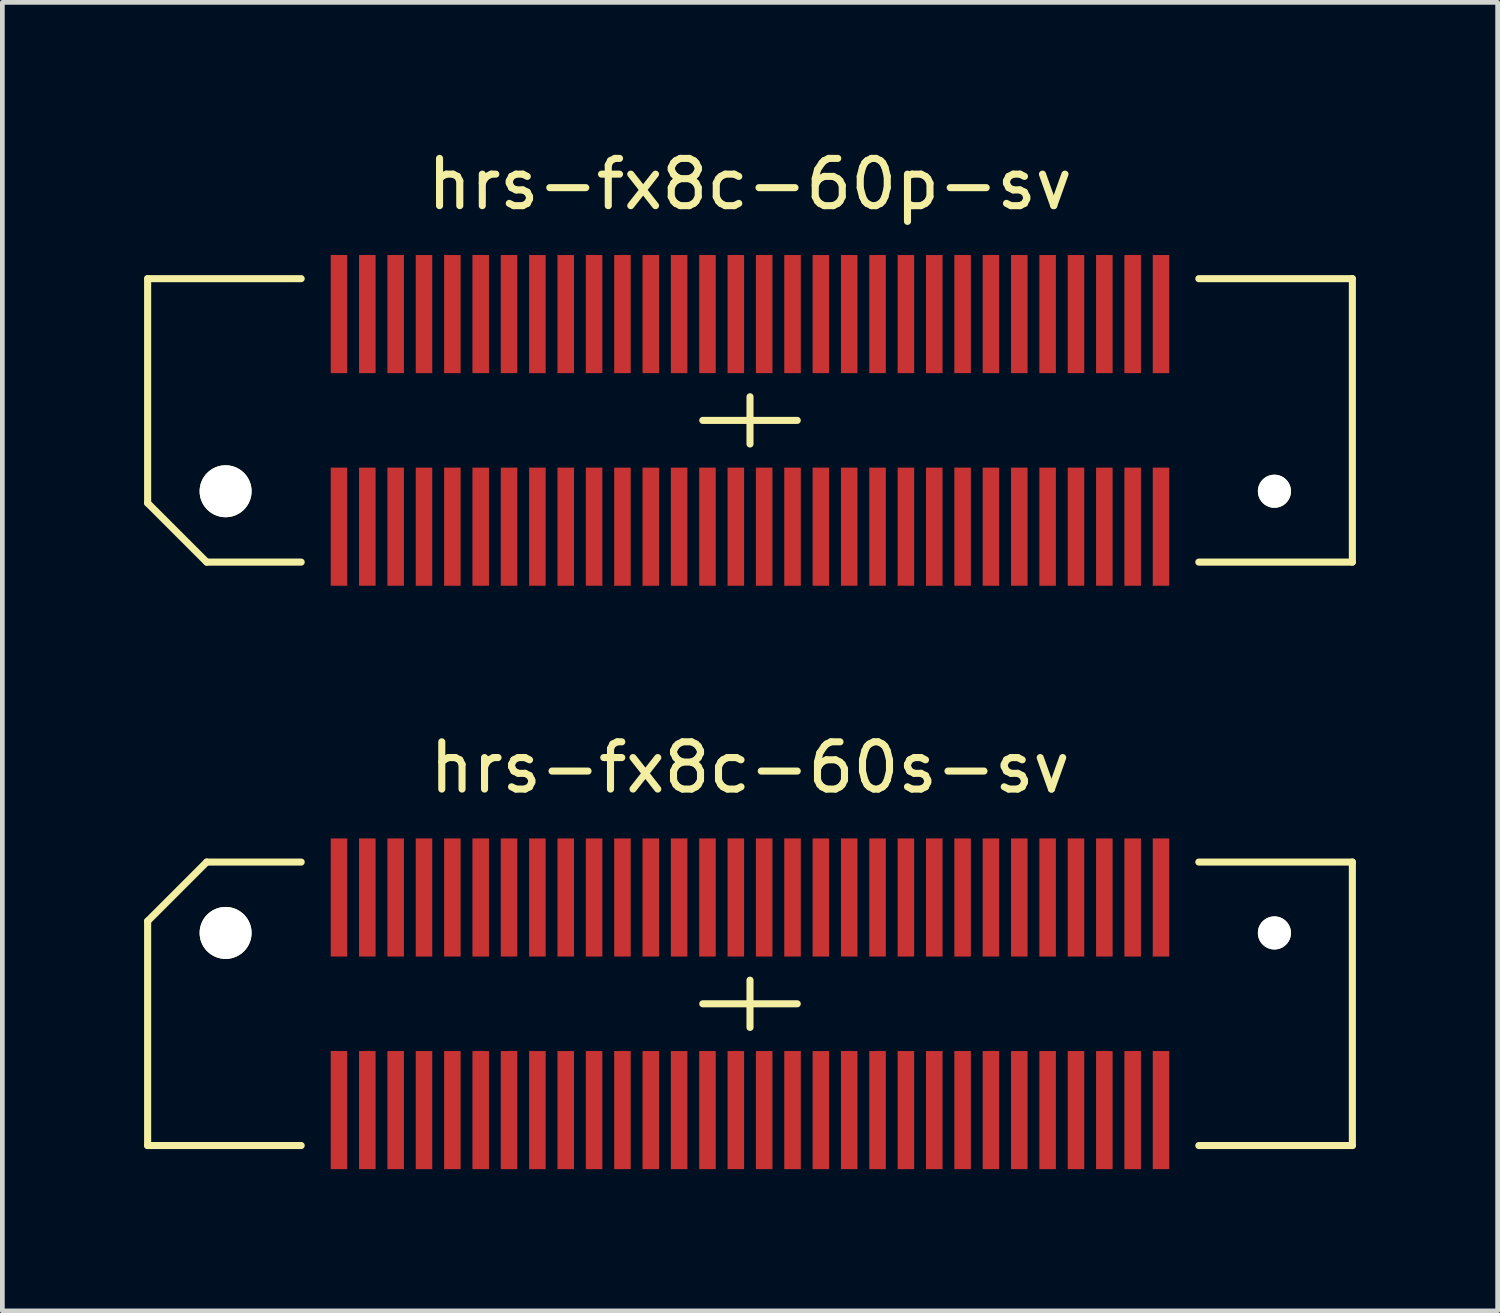
<source format=kicad_pcb>
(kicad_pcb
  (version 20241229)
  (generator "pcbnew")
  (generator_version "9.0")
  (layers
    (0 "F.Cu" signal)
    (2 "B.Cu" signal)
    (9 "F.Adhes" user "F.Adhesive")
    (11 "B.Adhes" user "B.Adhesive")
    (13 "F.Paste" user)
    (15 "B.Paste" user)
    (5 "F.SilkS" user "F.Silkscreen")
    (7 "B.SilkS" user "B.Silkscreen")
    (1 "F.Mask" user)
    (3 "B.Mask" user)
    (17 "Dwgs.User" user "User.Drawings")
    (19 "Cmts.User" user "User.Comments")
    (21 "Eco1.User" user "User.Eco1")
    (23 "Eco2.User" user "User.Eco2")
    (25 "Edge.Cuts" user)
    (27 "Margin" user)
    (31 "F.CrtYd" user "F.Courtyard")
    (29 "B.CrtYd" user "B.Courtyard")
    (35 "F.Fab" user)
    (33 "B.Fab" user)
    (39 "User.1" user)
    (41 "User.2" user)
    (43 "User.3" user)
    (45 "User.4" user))
  (footprint "hrs-fx8c-60s-sv"
    (layer "F.Cu")
    (at 12.825 18.197)
    (property "Reference" "hrs-fx8c-60s-sv" (at 0 -5 0) (layer "F.SilkS") (effects (font (size 1 1) (thickness 0.15))))
    (attr through_hole)
    (fp_line (start -12.75 -1.75) (end -12.75 3) (stroke (width 0.15) (type solid)) (layer "F.SilkS"))
    (fp_line (start -11.5 -3) (end -12.75 -1.75) (stroke (width 0.15) (type solid)) (layer "F.SilkS"))
    (fp_line (start -11.5 -3) (end -9.5 -3) (stroke (width 0.15) (type solid)) (layer "F.SilkS"))
    (fp_line (start -9.5 3) (end -12.75 3) (stroke (width 0.15) (type solid)) (layer "F.SilkS"))
    (fp_line (start 0 0) (end -1 0) (stroke (width 0.15) (type solid)) (layer "F.SilkS"))
    (fp_line (start 0 0) (end 0 -0.5) (stroke (width 0.15) (type solid)) (layer "F.SilkS"))
    (fp_line (start 0 0) (end 0 0.5) (stroke (width 0.15) (type solid)) (layer "F.SilkS"))
    (fp_line (start 0 0) (end 1 0) (stroke (width 0.15) (type solid)) (layer "F.SilkS"))
    (fp_line (start 9.5 -3) (end 12.75 -3) (stroke (width 0.15) (type solid)) (layer "F.SilkS"))
    (fp_line (start 12.75 -3) (end 12.75 3) (stroke (width 0.15) (type solid)) (layer "F.SilkS"))
    (fp_line (start 12.75 3) (end 9.5 3) (stroke (width 0.15) (type solid)) (layer "F.SilkS"))
    (pad "" np_thru_hole circle (at -11.1 -1.5) (size 1.1 1.1) (drill 1.1) (layers "*.Cu" "*.Mask" "F.SilkS"))
    (pad "" np_thru_hole circle (at 11.1 -1.5) (size 0.7 0.7) (drill 0.7) (layers "*.Cu" "*.Mask" "F.SilkS"))
    (pad "1" smd rect (at -8.7 -2.25) (size 0.35 2.5) (layers "F.Cu" "F.Mask" "F.Paste"))
    (pad "2" smd rect (at -8.1 -2.25) (size 0.35 2.5) (layers "F.Cu" "F.Mask" "F.Paste"))
    (pad "3" smd rect (at -7.5 -2.25) (size 0.35 2.5) (layers "F.Cu" "F.Mask" "F.Paste"))
    (pad "4" smd rect (at -6.9 -2.25) (size 0.35 2.5) (layers "F.Cu" "F.Mask" "F.Paste"))
    (pad "5" smd rect (at -6.3 -2.25) (size 0.35 2.5) (layers "F.Cu" "F.Mask" "F.Paste"))
    (pad "6" smd rect (at -5.7 -2.25) (size 0.35 2.5) (layers "F.Cu" "F.Mask" "F.Paste"))
    (pad "7" smd rect (at -5.1 -2.25) (size 0.35 2.5) (layers "F.Cu" "F.Mask" "F.Paste"))
    (pad "8" smd rect (at -4.5 -2.25) (size 0.35 2.5) (layers "F.Cu" "F.Mask" "F.Paste"))
    (pad "9" smd rect (at -3.9 -2.25) (size 0.35 2.5) (layers "F.Cu" "F.Mask" "F.Paste"))
    (pad "10" smd rect (at -3.3 -2.25) (size 0.35 2.5) (layers "F.Cu" "F.Mask" "F.Paste"))
    (pad "11" smd rect (at -2.7 -2.25) (size 0.35 2.5) (layers "F.Cu" "F.Mask" "F.Paste"))
    (pad "12" smd rect (at -2.1 -2.25) (size 0.35 2.5) (layers "F.Cu" "F.Mask" "F.Paste"))
    (pad "13" smd rect (at -1.5 -2.25) (size 0.35 2.5) (layers "F.Cu" "F.Mask" "F.Paste"))
    (pad "14" smd rect (at -0.9 -2.25) (size 0.35 2.5) (layers "F.Cu" "F.Mask" "F.Paste"))
    (pad "15" smd rect (at -0.3 -2.25) (size 0.35 2.5) (layers "F.Cu" "F.Mask" "F.Paste"))
    (pad "16" smd rect (at 0.3 -2.25) (size 0.35 2.5) (layers "F.Cu" "F.Mask" "F.Paste"))
    (pad "17" smd rect (at 0.9 -2.25) (size 0.35 2.5) (layers "F.Cu" "F.Mask" "F.Paste"))
    (pad "18" smd rect (at 1.5 -2.25) (size 0.35 2.5) (layers "F.Cu" "F.Mask" "F.Paste"))
    (pad "19" smd rect (at 2.1 -2.25) (size 0.35 2.5) (layers "F.Cu" "F.Mask" "F.Paste"))
    (pad "20" smd rect (at 2.7 -2.25) (size 0.35 2.5) (layers "F.Cu" "F.Mask" "F.Paste"))
    (pad "21" smd rect (at 3.3 -2.25) (size 0.35 2.5) (layers "F.Cu" "F.Mask" "F.Paste"))
    (pad "22" smd rect (at 3.9 -2.25) (size 0.35 2.5) (layers "F.Cu" "F.Mask" "F.Paste"))
    (pad "23" smd rect (at 4.5 -2.25) (size 0.35 2.5) (layers "F.Cu" "F.Mask" "F.Paste"))
    (pad "24" smd rect (at 5.1 -2.25) (size 0.35 2.5) (layers "F.Cu" "F.Mask" "F.Paste"))
    (pad "25" smd rect (at 5.7 -2.25) (size 0.35 2.5) (layers "F.Cu" "F.Mask" "F.Paste"))
    (pad "26" smd rect (at 6.3 -2.25) (size 0.35 2.5) (layers "F.Cu" "F.Mask" "F.Paste"))
    (pad "27" smd rect (at 6.9 -2.25) (size 0.35 2.5) (layers "F.Cu" "F.Mask" "F.Paste"))
    (pad "28" smd rect (at 7.5 -2.25) (size 0.35 2.5) (layers "F.Cu" "F.Mask" "F.Paste"))
    (pad "29" smd rect (at 8.1 -2.25) (size 0.35 2.5) (layers "F.Cu" "F.Mask" "F.Paste"))
    (pad "30" smd rect (at 8.7 -2.25) (size 0.35 2.5) (layers "F.Cu" "F.Mask" "F.Paste"))
    (pad "31" smd rect (at 8.7 2.25) (size 0.35 2.5) (layers "F.Cu" "F.Mask" "F.Paste"))
    (pad "32" smd rect (at 8.1 2.25) (size 0.35 2.5) (layers "F.Cu" "F.Mask" "F.Paste"))
    (pad "33" smd rect (at 7.5 2.25) (size 0.35 2.5) (layers "F.Cu" "F.Mask" "F.Paste"))
    (pad "34" smd rect (at 6.9 2.25) (size 0.35 2.5) (layers "F.Cu" "F.Mask" "F.Paste"))
    (pad "35" smd rect (at 6.3 2.25) (size 0.35 2.5) (layers "F.Cu" "F.Mask" "F.Paste"))
    (pad "36" smd rect (at 5.7 2.25) (size 0.35 2.5) (layers "F.Cu" "F.Mask" "F.Paste"))
    (pad "37" smd rect (at 5.1 2.25) (size 0.35 2.5) (layers "F.Cu" "F.Mask" "F.Paste"))
    (pad "38" smd rect (at 4.5 2.25) (size 0.35 2.5) (layers "F.Cu" "F.Mask" "F.Paste"))
    (pad "39" smd rect (at 3.9 2.25) (size 0.35 2.5) (layers "F.Cu" "F.Mask" "F.Paste"))
    (pad "40" smd rect (at 3.3 2.25) (size 0.35 2.5) (layers "F.Cu" "F.Mask" "F.Paste"))
    (pad "41" smd rect (at 2.7 2.25) (size 0.35 2.5) (layers "F.Cu" "F.Mask" "F.Paste"))
    (pad "42" smd rect (at 2.1 2.25) (size 0.35 2.5) (layers "F.Cu" "F.Mask" "F.Paste"))
    (pad "43" smd rect (at 1.5 2.25) (size 0.35 2.5) (layers "F.Cu" "F.Mask" "F.Paste"))
    (pad "44" smd rect (at 0.9 2.25) (size 0.35 2.5) (layers "F.Cu" "F.Mask" "F.Paste"))
    (pad "45" smd rect (at 0.3 2.25) (size 0.35 2.5) (layers "F.Cu" "F.Mask" "F.Paste"))
    (pad "46" smd rect (at -0.3 2.25) (size 0.35 2.5) (layers "F.Cu" "F.Mask" "F.Paste"))
    (pad "47" smd rect (at -0.9 2.25) (size 0.35 2.5) (layers "F.Cu" "F.Mask" "F.Paste"))
    (pad "48" smd rect (at -1.5 2.25) (size 0.35 2.5) (layers "F.Cu" "F.Mask" "F.Paste"))
    (pad "49" smd rect (at -2.1 2.25) (size 0.35 2.5) (layers "F.Cu" "F.Mask" "F.Paste"))
    (pad "50" smd rect (at -2.7 2.25) (size 0.35 2.5) (layers "F.Cu" "F.Mask" "F.Paste"))
    (pad "51" smd rect (at -3.3 2.25) (size 0.35 2.5) (layers "F.Cu" "F.Mask" "F.Paste"))
    (pad "52" smd rect (at -3.9 2.25) (size 0.35 2.5) (layers "F.Cu" "F.Mask" "F.Paste"))
    (pad "53" smd rect (at -4.5 2.25) (size 0.35 2.5) (layers "F.Cu" "F.Mask" "F.Paste"))
    (pad "54" smd rect (at -5.1 2.25) (size 0.35 2.5) (layers "F.Cu" "F.Mask" "F.Paste"))
    (pad "55" smd rect (at -5.7 2.25) (size 0.35 2.5) (layers "F.Cu" "F.Mask" "F.Paste"))
    (pad "56" smd rect (at -6.3 2.25) (size 0.35 2.5) (layers "F.Cu" "F.Mask" "F.Paste"))
    (pad "57" smd rect (at -6.9 2.25) (size 0.35 2.5) (layers "F.Cu" "F.Mask" "F.Paste"))
    (pad "58" smd rect (at -7.5 2.25) (size 0.35 2.5) (layers "F.Cu" "F.Mask" "F.Paste"))
    (pad "59" smd rect (at -8.1 2.25) (size 0.35 2.5) (layers "F.Cu" "F.Mask" "F.Paste"))
    (pad "60" smd rect (at -8.7 2.25) (size 0.35 2.5) (layers "F.Cu" "F.Mask" "F.Paste")))
  (footprint "hrs-fx8c-60p-sv"
    (layer "F.Cu")
    (at 12.825 5.848)
    (property "Reference" "hrs-fx8c-60p-sv" (at 0 -5 0) (layer "F.SilkS") (effects (font (size 1 1) (thickness 0.15))))
    (attr through_hole)
    (fp_line (start -12.75 -3) (end -12.75 1.75) (stroke (width 0.15) (type solid)) (layer "F.SilkS"))
    (fp_line (start -11.5 3) (end -12.75 1.75) (stroke (width 0.15) (type solid)) (layer "F.SilkS"))
    (fp_line (start -11.5 3) (end -9.5 3) (stroke (width 0.15) (type solid)) (layer "F.SilkS"))
    (fp_line (start -9.5 -3) (end -12.75 -3) (stroke (width 0.15) (type solid)) (layer "F.SilkS"))
    (fp_line (start 0 0) (end -1 0) (stroke (width 0.15) (type solid)) (layer "F.SilkS"))
    (fp_line (start 0 0) (end 0 -0.5) (stroke (width 0.15) (type solid)) (layer "F.SilkS"))
    (fp_line (start 0 0) (end 0 0.5) (stroke (width 0.15) (type solid)) (layer "F.SilkS"))
    (fp_line (start 0 0) (end 1 0) (stroke (width 0.15) (type solid)) (layer "F.SilkS"))
    (fp_line (start 9.5 -3) (end 12.75 -3) (stroke (width 0.15) (type solid)) (layer "F.SilkS"))
    (fp_line (start 12.75 -3) (end 12.75 3) (stroke (width 0.15) (type solid)) (layer "F.SilkS"))
    (fp_line (start 12.75 3) (end 9.5 3) (stroke (width 0.15) (type solid)) (layer "F.SilkS"))
    (pad "" np_thru_hole circle (at -11.1 1.5) (size 1.1 1.1) (drill 1.1) (layers "*.Cu" "*.Mask" "F.SilkS"))
    (pad "" np_thru_hole circle (at 11.1 1.5) (size 0.7 0.7) (drill 0.7) (layers "*.Cu" "*.Mask" "F.SilkS"))
    (pad "1" smd rect (at -8.7 2.25) (size 0.35 2.5) (layers "F.Cu" "F.Mask" "F.Paste"))
    (pad "2" smd rect (at -8.1 2.25) (size 0.35 2.5) (layers "F.Cu" "F.Mask" "F.Paste"))
    (pad "3" smd rect (at -7.5 2.25) (size 0.35 2.5) (layers "F.Cu" "F.Mask" "F.Paste"))
    (pad "4" smd rect (at -6.9 2.25) (size 0.35 2.5) (layers "F.Cu" "F.Mask" "F.Paste"))
    (pad "5" smd rect (at -6.3 2.25) (size 0.35 2.5) (layers "F.Cu" "F.Mask" "F.Paste"))
    (pad "6" smd rect (at -5.7 2.25) (size 0.35 2.5) (layers "F.Cu" "F.Mask" "F.Paste"))
    (pad "7" smd rect (at -5.1 2.25) (size 0.35 2.5) (layers "F.Cu" "F.Mask" "F.Paste"))
    (pad "8" smd rect (at -4.5 2.25) (size 0.35 2.5) (layers "F.Cu" "F.Mask" "F.Paste"))
    (pad "9" smd rect (at -3.9 2.25) (size 0.35 2.5) (layers "F.Cu" "F.Mask" "F.Paste"))
    (pad "10" smd rect (at -3.3 2.25) (size 0.35 2.5) (layers "F.Cu" "F.Mask" "F.Paste"))
    (pad "11" smd rect (at -2.7 2.25) (size 0.35 2.5) (layers "F.Cu" "F.Mask" "F.Paste"))
    (pad "12" smd rect (at -2.1 2.25) (size 0.35 2.5) (layers "F.Cu" "F.Mask" "F.Paste"))
    (pad "13" smd rect (at -1.5 2.25) (size 0.35 2.5) (layers "F.Cu" "F.Mask" "F.Paste"))
    (pad "14" smd rect (at -0.9 2.25) (size 0.35 2.5) (layers "F.Cu" "F.Mask" "F.Paste"))
    (pad "15" smd rect (at -0.3 2.25) (size 0.35 2.5) (layers "F.Cu" "F.Mask" "F.Paste"))
    (pad "16" smd rect (at 0.3 2.25) (size 0.35 2.5) (layers "F.Cu" "F.Mask" "F.Paste"))
    (pad "17" smd rect (at 0.9 2.25) (size 0.35 2.5) (layers "F.Cu" "F.Mask" "F.Paste"))
    (pad "18" smd rect (at 1.5 2.25) (size 0.35 2.5) (layers "F.Cu" "F.Mask" "F.Paste"))
    (pad "19" smd rect (at 2.1 2.25) (size 0.35 2.5) (layers "F.Cu" "F.Mask" "F.Paste"))
    (pad "20" smd rect (at 2.7 2.25) (size 0.35 2.5) (layers "F.Cu" "F.Mask" "F.Paste"))
    (pad "21" smd rect (at 3.3 2.25) (size 0.35 2.5) (layers "F.Cu" "F.Mask" "F.Paste"))
    (pad "22" smd rect (at 3.9 2.25) (size 0.35 2.5) (layers "F.Cu" "F.Mask" "F.Paste"))
    (pad "23" smd rect (at 4.5 2.25) (size 0.35 2.5) (layers "F.Cu" "F.Mask" "F.Paste"))
    (pad "24" smd rect (at 5.1 2.25) (size 0.35 2.5) (layers "F.Cu" "F.Mask" "F.Paste"))
    (pad "25" smd rect (at 5.7 2.25) (size 0.35 2.5) (layers "F.Cu" "F.Mask" "F.Paste"))
    (pad "26" smd rect (at 6.3 2.25) (size 0.35 2.5) (layers "F.Cu" "F.Mask" "F.Paste"))
    (pad "27" smd rect (at 6.9 2.25) (size 0.35 2.5) (layers "F.Cu" "F.Mask" "F.Paste"))
    (pad "28" smd rect (at 7.5 2.25) (size 0.35 2.5) (layers "F.Cu" "F.Mask" "F.Paste"))
    (pad "29" smd rect (at 8.1 2.25) (size 0.35 2.5) (layers "F.Cu" "F.Mask" "F.Paste"))
    (pad "30" smd rect (at 8.7 2.25) (size 0.35 2.5) (layers "F.Cu" "F.Mask" "F.Paste"))
    (pad "31" smd rect (at 8.7 -2.25) (size 0.35 2.5) (layers "F.Cu" "F.Mask" "F.Paste"))
    (pad "32" smd rect (at 8.1 -2.25) (size 0.35 2.5) (layers "F.Cu" "F.Mask" "F.Paste"))
    (pad "33" smd rect (at 7.5 -2.25) (size 0.35 2.5) (layers "F.Cu" "F.Mask" "F.Paste"))
    (pad "34" smd rect (at 6.9 -2.25) (size 0.35 2.5) (layers "F.Cu" "F.Mask" "F.Paste"))
    (pad "35" smd rect (at 6.3 -2.25) (size 0.35 2.5) (layers "F.Cu" "F.Mask" "F.Paste"))
    (pad "36" smd rect (at 5.7 -2.25) (size 0.35 2.5) (layers "F.Cu" "F.Mask" "F.Paste"))
    (pad "37" smd rect (at 5.1 -2.25) (size 0.35 2.5) (layers "F.Cu" "F.Mask" "F.Paste"))
    (pad "38" smd rect (at 4.5 -2.25) (size 0.35 2.5) (layers "F.Cu" "F.Mask" "F.Paste"))
    (pad "39" smd rect (at 3.9 -2.25) (size 0.35 2.5) (layers "F.Cu" "F.Mask" "F.Paste"))
    (pad "40" smd rect (at 3.3 -2.25) (size 0.35 2.5) (layers "F.Cu" "F.Mask" "F.Paste"))
    (pad "41" smd rect (at 2.7 -2.25) (size 0.35 2.5) (layers "F.Cu" "F.Mask" "F.Paste"))
    (pad "42" smd rect (at 2.1 -2.25) (size 0.35 2.5) (layers "F.Cu" "F.Mask" "F.Paste"))
    (pad "43" smd rect (at 1.5 -2.25) (size 0.35 2.5) (layers "F.Cu" "F.Mask" "F.Paste"))
    (pad "44" smd rect (at 0.9 -2.25) (size 0.35 2.5) (layers "F.Cu" "F.Mask" "F.Paste"))
    (pad "45" smd rect (at 0.3 -2.25) (size 0.35 2.5) (layers "F.Cu" "F.Mask" "F.Paste"))
    (pad "46" smd rect (at -0.3 -2.25) (size 0.35 2.5) (layers "F.Cu" "F.Mask" "F.Paste"))
    (pad "47" smd rect (at -0.9 -2.25) (size 0.35 2.5) (layers "F.Cu" "F.Mask" "F.Paste"))
    (pad "48" smd rect (at -1.5 -2.25) (size 0.35 2.5) (layers "F.Cu" "F.Mask" "F.Paste"))
    (pad "49" smd rect (at -2.1 -2.25) (size 0.35 2.5) (layers "F.Cu" "F.Mask" "F.Paste"))
    (pad "50" smd rect (at -2.7 -2.25) (size 0.35 2.5) (layers "F.Cu" "F.Mask" "F.Paste"))
    (pad "51" smd rect (at -3.3 -2.25) (size 0.35 2.5) (layers "F.Cu" "F.Mask" "F.Paste"))
    (pad "52" smd rect (at -3.9 -2.25) (size 0.35 2.5) (layers "F.Cu" "F.Mask" "F.Paste"))
    (pad "53" smd rect (at -4.5 -2.25) (size 0.35 2.5) (layers "F.Cu" "F.Mask" "F.Paste"))
    (pad "54" smd rect (at -5.1 -2.25) (size 0.35 2.5) (layers "F.Cu" "F.Mask" "F.Paste"))
    (pad "55" smd rect (at -5.7 -2.25) (size 0.35 2.5) (layers "F.Cu" "F.Mask" "F.Paste"))
    (pad "56" smd rect (at -6.3 -2.25) (size 0.35 2.5) (layers "F.Cu" "F.Mask" "F.Paste"))
    (pad "57" smd rect (at -6.9 -2.25) (size 0.35 2.5) (layers "F.Cu" "F.Mask" "F.Paste"))
    (pad "58" smd rect (at -7.5 -2.25) (size 0.35 2.5) (layers "F.Cu" "F.Mask" "F.Paste"))
    (pad "59" smd rect (at -8.1 -2.25) (size 0.35 2.5) (layers "F.Cu" "F.Mask" "F.Paste"))
    (pad "60" smd rect (at -8.7 -2.25) (size 0.35 2.5) (layers "F.Cu" "F.Mask" "F.Paste")))
  (gr_rect
    (start -3 -3)
    (end 28.65 24.697)
    (stroke (width 0.1) (type default))
    (fill no)
    (layer "Edge.Cuts")))
</source>
